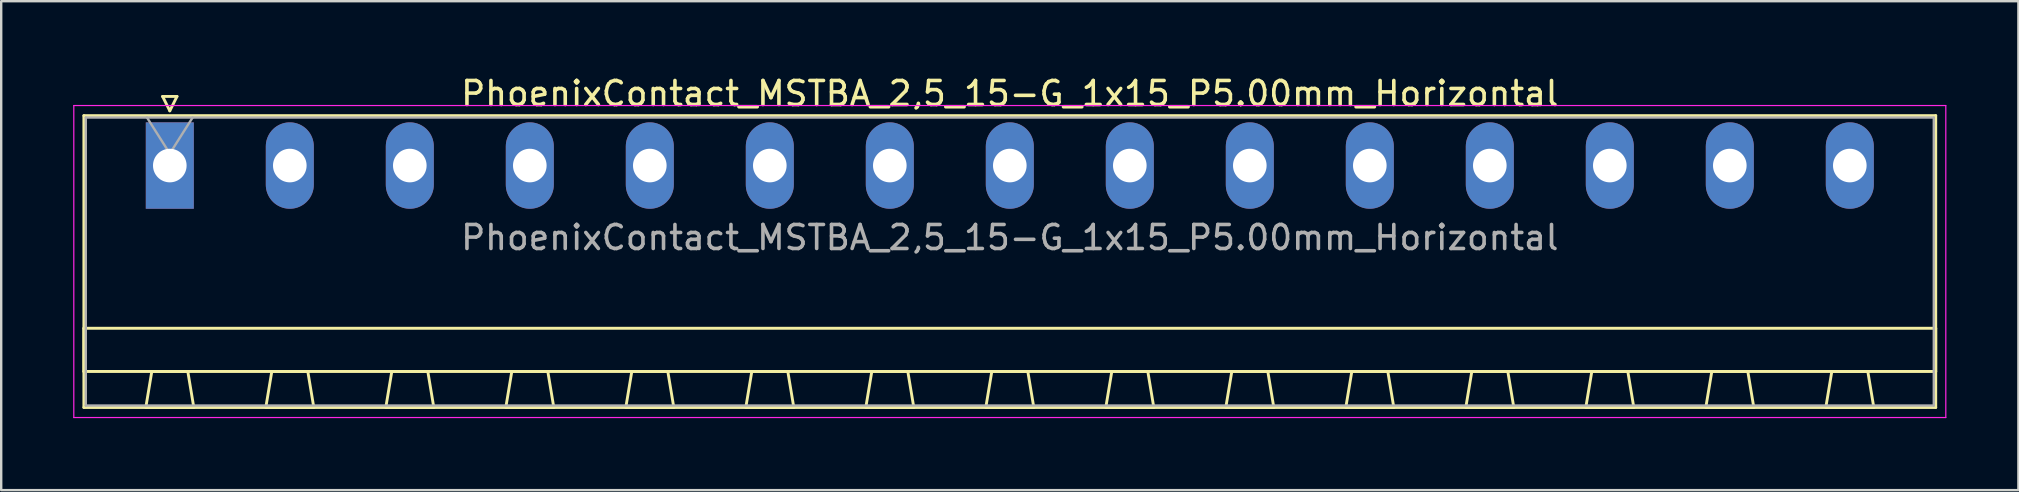
<source format=kicad_pcb>
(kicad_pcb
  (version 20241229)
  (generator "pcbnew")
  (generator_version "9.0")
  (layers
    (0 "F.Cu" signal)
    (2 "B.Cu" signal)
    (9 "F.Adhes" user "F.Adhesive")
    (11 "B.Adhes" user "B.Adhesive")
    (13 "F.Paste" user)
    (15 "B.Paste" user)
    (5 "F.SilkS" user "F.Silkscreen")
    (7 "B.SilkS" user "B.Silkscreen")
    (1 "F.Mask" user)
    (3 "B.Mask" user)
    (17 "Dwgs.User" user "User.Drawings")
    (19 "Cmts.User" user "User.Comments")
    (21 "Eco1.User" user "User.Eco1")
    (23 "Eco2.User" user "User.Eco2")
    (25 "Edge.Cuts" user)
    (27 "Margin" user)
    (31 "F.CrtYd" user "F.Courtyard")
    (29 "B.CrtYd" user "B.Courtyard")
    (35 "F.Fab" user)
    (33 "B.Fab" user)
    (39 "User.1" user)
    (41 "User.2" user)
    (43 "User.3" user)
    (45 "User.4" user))
  (footprint "PhoenixContact_MSTBA_2,5_15-G_1x15_P5.00mm_Horizontal"
    (layer "F.Cu")
    (at 4.025 3.848)
    (property "Reference" "PhoenixContact_MSTBA_2,5_15-G_1x15_P5.00mm_Horizontal" (at 35 -3 0) (layer "F.SilkS") (effects (font (size 1 1) (thickness 0.15))))
    (attr through_hole)
    (fp_line (start -3.58 -2.08) (end -3.58 10.08) (stroke (width 0.12) (type solid)) (layer "F.SilkS"))
    (fp_line (start -3.58 6.78) (end 73.58 6.78) (stroke (width 0.12) (type solid)) (layer "F.SilkS"))
    (fp_line (start -3.58 8.58) (end -3.58 6.78) (stroke (width 0.12) (type solid)) (layer "F.SilkS"))
    (fp_line (start -3.58 10.08) (end 73.58 10.08) (stroke (width 0.12) (type solid)) (layer "F.SilkS"))
    (fp_line (start -1 10.08) (end 1 10.08) (stroke (width 0.12) (type solid)) (layer "F.SilkS"))
    (fp_line (start -0.75 8.58) (end -1 10.08) (stroke (width 0.12) (type solid)) (layer "F.SilkS"))
    (fp_line (start -0.3 -2.88) (end 0.3 -2.88) (stroke (width 0.12) (type solid)) (layer "F.SilkS"))
    (fp_line (start 0 -2.28) (end -0.3 -2.88) (stroke (width 0.12) (type solid)) (layer "F.SilkS"))
    (fp_line (start 0.3 -2.88) (end 0 -2.28) (stroke (width 0.12) (type solid)) (layer "F.SilkS"))
    (fp_line (start 0.75 8.58) (end -0.75 8.58) (stroke (width 0.12) (type solid)) (layer "F.SilkS"))
    (fp_line (start 1 10.08) (end 0.75 8.58) (stroke (width 0.12) (type solid)) (layer "F.SilkS"))
    (fp_line (start 4 10.08) (end 6 10.08) (stroke (width 0.12) (type solid)) (layer "F.SilkS"))
    (fp_line (start 4.25 8.58) (end 4 10.08) (stroke (width 0.12) (type solid)) (layer "F.SilkS"))
    (fp_line (start 5.75 8.58) (end 4.25 8.58) (stroke (width 0.12) (type solid)) (layer "F.SilkS"))
    (fp_line (start 6 10.08) (end 5.75 8.58) (stroke (width 0.12) (type solid)) (layer "F.SilkS"))
    (fp_line (start 9 10.08) (end 11 10.08) (stroke (width 0.12) (type solid)) (layer "F.SilkS"))
    (fp_line (start 9.25 8.58) (end 9 10.08) (stroke (width 0.12) (type solid)) (layer "F.SilkS"))
    (fp_line (start 10.75 8.58) (end 9.25 8.58) (stroke (width 0.12) (type solid)) (layer "F.SilkS"))
    (fp_line (start 11 10.08) (end 10.75 8.58) (stroke (width 0.12) (type solid)) (layer "F.SilkS"))
    (fp_line (start 14 10.08) (end 16 10.08) (stroke (width 0.12) (type solid)) (layer "F.SilkS"))
    (fp_line (start 14.25 8.58) (end 14 10.08) (stroke (width 0.12) (type solid)) (layer "F.SilkS"))
    (fp_line (start 15.75 8.58) (end 14.25 8.58) (stroke (width 0.12) (type solid)) (layer "F.SilkS"))
    (fp_line (start 16 10.08) (end 15.75 8.58) (stroke (width 0.12) (type solid)) (layer "F.SilkS"))
    (fp_line (start 19 10.08) (end 21 10.08) (stroke (width 0.12) (type solid)) (layer "F.SilkS"))
    (fp_line (start 19.25 8.58) (end 19 10.08) (stroke (width 0.12) (type solid)) (layer "F.SilkS"))
    (fp_line (start 20.75 8.58) (end 19.25 8.58) (stroke (width 0.12) (type solid)) (layer "F.SilkS"))
    (fp_line (start 21 10.08) (end 20.75 8.58) (stroke (width 0.12) (type solid)) (layer "F.SilkS"))
    (fp_line (start 24 10.08) (end 26 10.08) (stroke (width 0.12) (type solid)) (layer "F.SilkS"))
    (fp_line (start 24.25 8.58) (end 24 10.08) (stroke (width 0.12) (type solid)) (layer "F.SilkS"))
    (fp_line (start 25.75 8.58) (end 24.25 8.58) (stroke (width 0.12) (type solid)) (layer "F.SilkS"))
    (fp_line (start 26 10.08) (end 25.75 8.58) (stroke (width 0.12) (type solid)) (layer "F.SilkS"))
    (fp_line (start 29 10.08) (end 31 10.08) (stroke (width 0.12) (type solid)) (layer "F.SilkS"))
    (fp_line (start 29.25 8.58) (end 29 10.08) (stroke (width 0.12) (type solid)) (layer "F.SilkS"))
    (fp_line (start 30.75 8.58) (end 29.25 8.58) (stroke (width 0.12) (type solid)) (layer "F.SilkS"))
    (fp_line (start 31 10.08) (end 30.75 8.58) (stroke (width 0.12) (type solid)) (layer "F.SilkS"))
    (fp_line (start 34 10.08) (end 36 10.08) (stroke (width 0.12) (type solid)) (layer "F.SilkS"))
    (fp_line (start 34.25 8.58) (end 34 10.08) (stroke (width 0.12) (type solid)) (layer "F.SilkS"))
    (fp_line (start 35.75 8.58) (end 34.25 8.58) (stroke (width 0.12) (type solid)) (layer "F.SilkS"))
    (fp_line (start 36 10.08) (end 35.75 8.58) (stroke (width 0.12) (type solid)) (layer "F.SilkS"))
    (fp_line (start 39 10.08) (end 41 10.08) (stroke (width 0.12) (type solid)) (layer "F.SilkS"))
    (fp_line (start 39.25 8.58) (end 39 10.08) (stroke (width 0.12) (type solid)) (layer "F.SilkS"))
    (fp_line (start 40.75 8.58) (end 39.25 8.58) (stroke (width 0.12) (type solid)) (layer "F.SilkS"))
    (fp_line (start 41 10.08) (end 40.75 8.58) (stroke (width 0.12) (type solid)) (layer "F.SilkS"))
    (fp_line (start 44 10.08) (end 46 10.08) (stroke (width 0.12) (type solid)) (layer "F.SilkS"))
    (fp_line (start 44.25 8.58) (end 44 10.08) (stroke (width 0.12) (type solid)) (layer "F.SilkS"))
    (fp_line (start 45.75 8.58) (end 44.25 8.58) (stroke (width 0.12) (type solid)) (layer "F.SilkS"))
    (fp_line (start 46 10.08) (end 45.75 8.58) (stroke (width 0.12) (type solid)) (layer "F.SilkS"))
    (fp_line (start 49 10.08) (end 51 10.08) (stroke (width 0.12) (type solid)) (layer "F.SilkS"))
    (fp_line (start 49.25 8.58) (end 49 10.08) (stroke (width 0.12) (type solid)) (layer "F.SilkS"))
    (fp_line (start 50.75 8.58) (end 49.25 8.58) (stroke (width 0.12) (type solid)) (layer "F.SilkS"))
    (fp_line (start 51 10.08) (end 50.75 8.58) (stroke (width 0.12) (type solid)) (layer "F.SilkS"))
    (fp_line (start 54 10.08) (end 56 10.08) (stroke (width 0.12) (type solid)) (layer "F.SilkS"))
    (fp_line (start 54.25 8.58) (end 54 10.08) (stroke (width 0.12) (type solid)) (layer "F.SilkS"))
    (fp_line (start 55.75 8.58) (end 54.25 8.58) (stroke (width 0.12) (type solid)) (layer "F.SilkS"))
    (fp_line (start 56 10.08) (end 55.75 8.58) (stroke (width 0.12) (type solid)) (layer "F.SilkS"))
    (fp_line (start 59 10.08) (end 61 10.08) (stroke (width 0.12) (type solid)) (layer "F.SilkS"))
    (fp_line (start 59.25 8.58) (end 59 10.08) (stroke (width 0.12) (type solid)) (layer "F.SilkS"))
    (fp_line (start 60.75 8.58) (end 59.25 8.58) (stroke (width 0.12) (type solid)) (layer "F.SilkS"))
    (fp_line (start 61 10.08) (end 60.75 8.58) (stroke (width 0.12) (type solid)) (layer "F.SilkS"))
    (fp_line (start 64 10.08) (end 66 10.08) (stroke (width 0.12) (type solid)) (layer "F.SilkS"))
    (fp_line (start 64.25 8.58) (end 64 10.08) (stroke (width 0.12) (type solid)) (layer "F.SilkS"))
    (fp_line (start 65.75 8.58) (end 64.25 8.58) (stroke (width 0.12) (type solid)) (layer "F.SilkS"))
    (fp_line (start 66 10.08) (end 65.75 8.58) (stroke (width 0.12) (type solid)) (layer "F.SilkS"))
    (fp_line (start 69 10.08) (end 71 10.08) (stroke (width 0.12) (type solid)) (layer "F.SilkS"))
    (fp_line (start 69.25 8.58) (end 69 10.08) (stroke (width 0.12) (type solid)) (layer "F.SilkS"))
    (fp_line (start 70.75 8.58) (end 69.25 8.58) (stroke (width 0.12) (type solid)) (layer "F.SilkS"))
    (fp_line (start 71 10.08) (end 70.75 8.58) (stroke (width 0.12) (type solid)) (layer "F.SilkS"))
    (fp_line (start 73.58 -2.08) (end -3.58 -2.08) (stroke (width 0.12) (type solid)) (layer "F.SilkS"))
    (fp_line (start 73.58 6.78) (end 73.58 8.58) (stroke (width 0.12) (type solid)) (layer "F.SilkS"))
    (fp_line (start 73.58 8.58) (end -3.58 8.58) (stroke (width 0.12) (type solid)) (layer "F.SilkS"))
    (fp_line (start 73.58 10.08) (end 73.58 -2.08) (stroke (width 0.12) (type solid)) (layer "F.SilkS"))
    (fp_line (start -4 -2.5) (end -4 10.5) (stroke (width 0.05) (type solid)) (layer "F.CrtYd"))
    (fp_line (start -4 10.5) (end 74 10.5) (stroke (width 0.05) (type solid)) (layer "F.CrtYd"))
    (fp_line (start 74 -2.5) (end -4 -2.5) (stroke (width 0.05) (type solid)) (layer "F.CrtYd"))
    (fp_line (start 74 10.5) (end 74 -2.5) (stroke (width 0.05) (type solid)) (layer "F.CrtYd"))
    (fp_line (start -3.5 -2) (end -3.5 10) (stroke (width 0.1) (type solid)) (layer "F.Fab"))
    (fp_line (start -3.5 10) (end 73.5 10) (stroke (width 0.1) (type solid)) (layer "F.Fab"))
    (fp_line (start 0 -0.5) (end -0.95 -2) (stroke (width 0.1) (type solid)) (layer "F.Fab"))
    (fp_line (start 0.95 -2) (end 0 -0.5) (stroke (width 0.1) (type solid)) (layer "F.Fab"))
    (fp_line (start 73.5 -2) (end -3.5 -2) (stroke (width 0.1) (type solid)) (layer "F.Fab"))
    (fp_line (start 73.5 10) (end 73.5 -2) (stroke (width 0.1) (type solid)) (layer "F.Fab"))
    (fp_text user "${REFERENCE}" (at 35 3 0) (layer "F.Fab") (effects (font (size 1 1) (thickness 0.15))))
    (pad "1" thru_hole rect (at 0 0) (size 2 3.6) (drill 1.4) (layers "*.Cu" "*.Mask"))
    (pad "2" thru_hole oval (at 5 0) (size 2 3.6) (drill 1.4) (layers "*.Cu" "*.Mask"))
    (pad "3" thru_hole oval (at 10 0) (size 2 3.6) (drill 1.4) (layers "*.Cu" "*.Mask"))
    (pad "4" thru_hole oval (at 15 0) (size 2 3.6) (drill 1.4) (layers "*.Cu" "*.Mask"))
    (pad "5" thru_hole oval (at 20 0) (size 2 3.6) (drill 1.4) (layers "*.Cu" "*.Mask"))
    (pad "6" thru_hole oval (at 25 0) (size 2 3.6) (drill 1.4) (layers "*.Cu" "*.Mask"))
    (pad "7" thru_hole oval (at 30 0) (size 2 3.6) (drill 1.4) (layers "*.Cu" "*.Mask"))
    (pad "8" thru_hole oval (at 35 0) (size 2 3.6) (drill 1.4) (layers "*.Cu" "*.Mask"))
    (pad "9" thru_hole oval (at 40 0) (size 2 3.6) (drill 1.4) (layers "*.Cu" "*.Mask"))
    (pad "10" thru_hole oval (at 45 0) (size 2 3.6) (drill 1.4) (layers "*.Cu" "*.Mask"))
    (pad "11" thru_hole oval (at 50 0) (size 2 3.6) (drill 1.4) (layers "*.Cu" "*.Mask"))
    (pad "12" thru_hole oval (at 55 0) (size 2 3.6) (drill 1.4) (layers "*.Cu" "*.Mask"))
    (pad "13" thru_hole oval (at 60 0) (size 2 3.6) (drill 1.4) (layers "*.Cu" "*.Mask"))
    (pad "14" thru_hole oval (at 65 0) (size 2 3.6) (drill 1.4) (layers "*.Cu" "*.Mask"))
    (pad "15" thru_hole oval (at 70 0) (size 2 3.6) (drill 1.4) (layers "*.Cu" "*.Mask")))
  (gr_rect
    (start -3 -3)
    (end 81.05 17.373)
    (stroke (width 0.1) (type default))
    (fill no)
    (layer "Edge.Cuts")))
</source>
